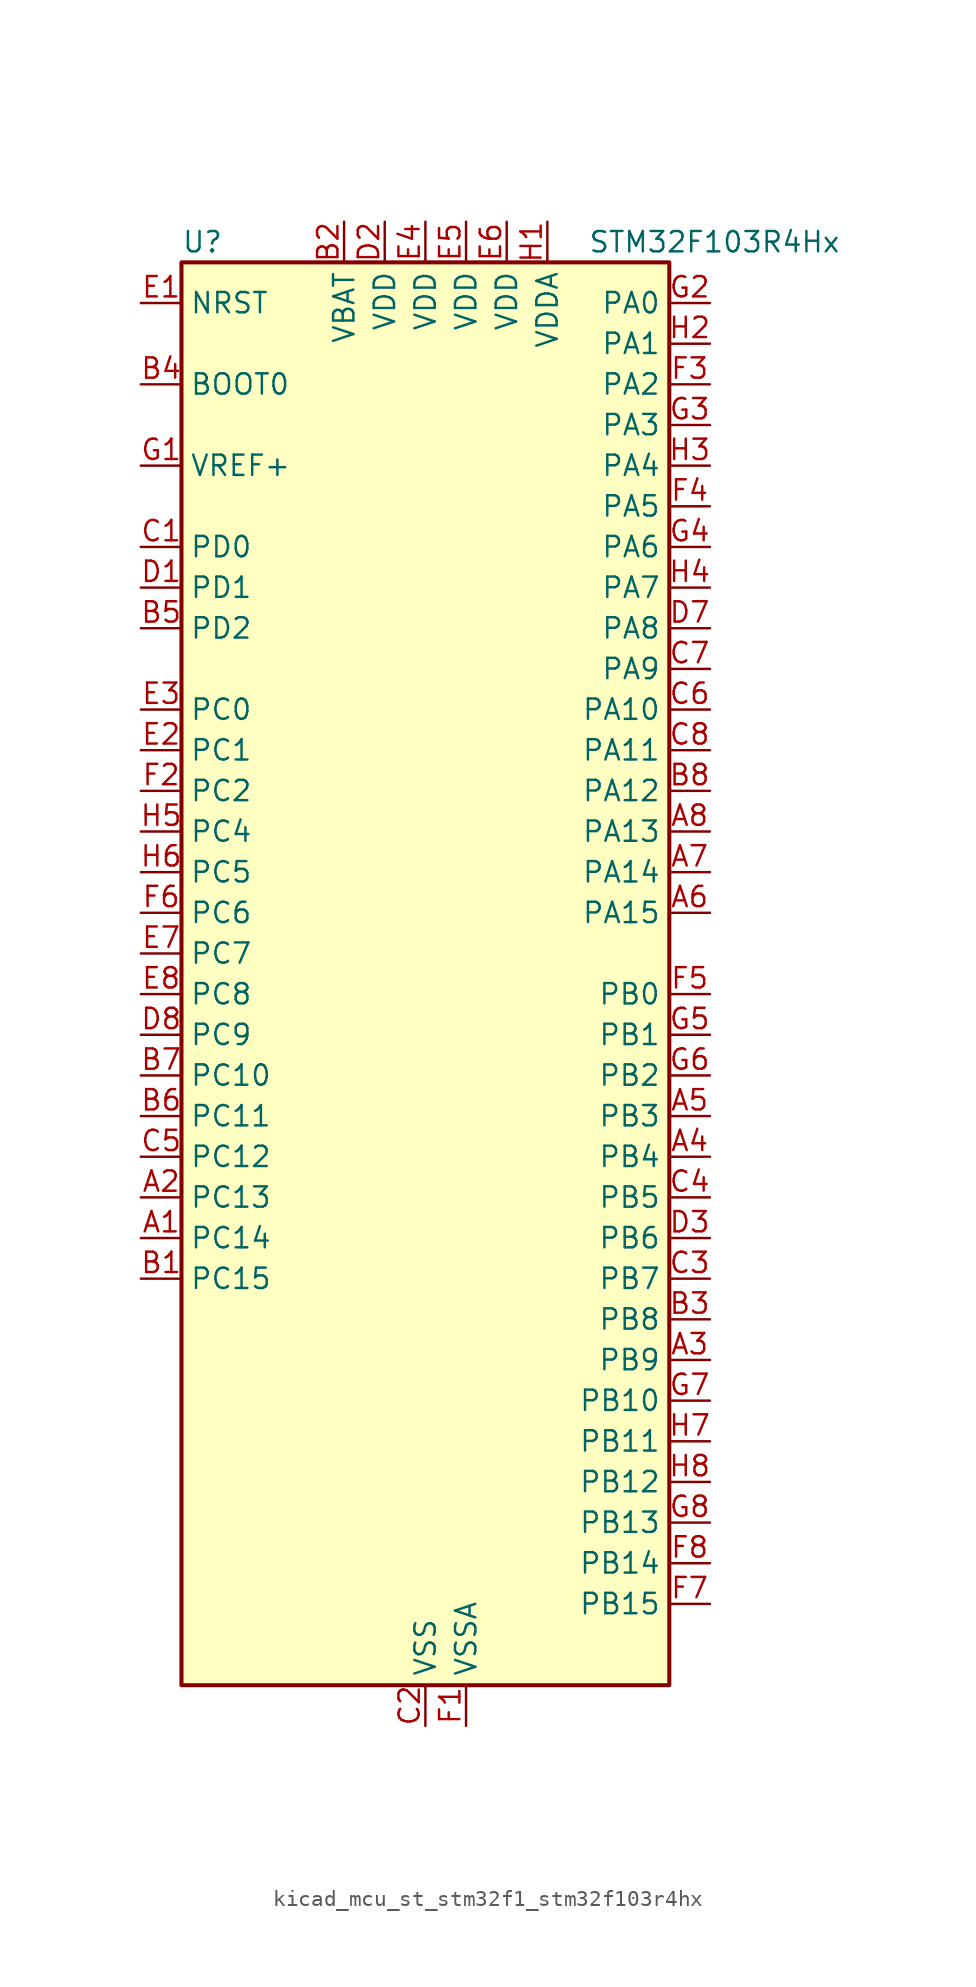
<source format=kicad_sym>
(kicad_symbol_lib
  (version 20220914)
  (generator kicad_symbol_editor)
  (symbol "kicad_mcu_st_stm32f1_stm32f103r4hx"
    (property "Reference" "U"
      (at -15.24 46.99 0)
      (effects (font (size 1.27 1.27)) (justify left)))
    (property "Value" "STM32F103R4Hx"
      (at 10.16 46.99 0)
      (effects (font (size 1.27 1.27)) (justify left)))
    (property "ki_locked" ""
      (at 0 0 0)
      (effects (font (size 1.27 1.27))))
    (symbol "kicad_mcu_st_stm32f1_stm32f103r4hx_0_1"
      (rectangle (start -15.24 -43.18) (end 15.24 45.72) (stroke (width 0.254) (type default)) (fill (type background))))
    (symbol "kicad_mcu_st_stm32f1_stm32f103r4hx_1_1"
      (pin bidirectional line (at -17.78 -15.24 0) (length 2.54) (name "PC14" (effects (font (size 1.27 1.27)))) (number "A1" (effects (font (size 1.27 1.27)))) (alternate "RCC_OSC32_IN" bidirectional line))
      (pin bidirectional line (at -17.78 -12.7 0) (length 2.54) (name "PC13" (effects (font (size 1.27 1.27)))) (number "A2" (effects (font (size 1.27 1.27)))) (alternate "RTC_OUT" bidirectional line) (alternate "RTC_TAMPER" bidirectional line))
      (pin bidirectional line (at 17.78 -22.86 180) (length 2.54) (name "PB9" (effects (font (size 1.27 1.27)))) (number "A3" (effects (font (size 1.27 1.27)))) (alternate "CAN_TX" bidirectional line) (alternate "I2C1_SDA" bidirectional line))
      (pin bidirectional line (at 17.78 -10.16 180) (length 2.54) (name "PB4" (effects (font (size 1.27 1.27)))) (number "A4" (effects (font (size 1.27 1.27)))) (alternate "SPI1_MISO" bidirectional line) (alternate "SYS_NJTRST" bidirectional line) (alternate "TIM3_CH1" bidirectional line))
      (pin bidirectional line (at 17.78 -7.62 180) (length 2.54) (name "PB3" (effects (font (size 1.27 1.27)))) (number "A5" (effects (font (size 1.27 1.27)))) (alternate "SPI1_SCK" bidirectional line) (alternate "SYS_JTDO-TRACESWO" bidirectional line) (alternate "TIM2_CH2" bidirectional line))
      (pin bidirectional line (at 17.78 5.08 180) (length 2.54) (name "PA15" (effects (font (size 1.27 1.27)))) (number "A6" (effects (font (size 1.27 1.27)))) (alternate "ADC1_EXTI15" bidirectional line) (alternate "ADC2_EXTI15" bidirectional line) (alternate "SPI1_NSS" bidirectional line) (alternate "SYS_JTDI" bidirectional line) (alternate "TIM2_CH1" bidirectional line) (alternate "TIM2_ETR" bidirectional line))
      (pin bidirectional line (at 17.78 7.62 180) (length 2.54) (name "PA14" (effects (font (size 1.27 1.27)))) (number "A7" (effects (font (size 1.27 1.27)))) (alternate "SYS_JTCK-SWCLK" bidirectional line))
      (pin bidirectional line (at 17.78 10.16 180) (length 2.54) (name "PA13" (effects (font (size 1.27 1.27)))) (number "A8" (effects (font (size 1.27 1.27)))) (alternate "SYS_JTMS-SWDIO" bidirectional line))
      (pin bidirectional line (at -17.78 -17.78 0) (length 2.54) (name "PC15" (effects (font (size 1.27 1.27)))) (number "B1" (effects (font (size 1.27 1.27)))) (alternate "ADC1_EXTI15" bidirectional line) (alternate "ADC2_EXTI15" bidirectional line) (alternate "RCC_OSC32_OUT" bidirectional line))
      (pin power_in line (at -5.08 48.26 270) (length 2.54) (name "VBAT" (effects (font (size 1.27 1.27)))) (number "B2" (effects (font (size 1.27 1.27)))))
      (pin bidirectional line (at 17.78 -20.32 180) (length 2.54) (name "PB8" (effects (font (size 1.27 1.27)))) (number "B3" (effects (font (size 1.27 1.27)))) (alternate "CAN_RX" bidirectional line) (alternate "I2C1_SCL" bidirectional line))
      (pin input line (at -17.78 38.1 0) (length 2.54) (name "BOOT0" (effects (font (size 1.27 1.27)))) (number "B4" (effects (font (size 1.27 1.27)))))
      (pin bidirectional line (at -17.78 22.86 0) (length 2.54) (name "PD2" (effects (font (size 1.27 1.27)))) (number "B5" (effects (font (size 1.27 1.27)))) (alternate "TIM3_ETR" bidirectional line))
      (pin bidirectional line (at -17.78 -7.62 0) (length 2.54) (name "PC11" (effects (font (size 1.27 1.27)))) (number "B6" (effects (font (size 1.27 1.27)))) (alternate "ADC1_EXTI11" bidirectional line) (alternate "ADC2_EXTI11" bidirectional line))
      (pin bidirectional line (at -17.78 -5.08 0) (length 2.54) (name "PC10" (effects (font (size 1.27 1.27)))) (number "B7" (effects (font (size 1.27 1.27)))))
      (pin bidirectional line (at 17.78 12.7 180) (length 2.54) (name "PA12" (effects (font (size 1.27 1.27)))) (number "B8" (effects (font (size 1.27 1.27)))) (alternate "CAN_TX" bidirectional line) (alternate "TIM1_ETR" bidirectional line) (alternate "USART1_RTS" bidirectional line) (alternate "USB_DP" bidirectional line))
      (pin bidirectional line (at -17.78 27.94 0) (length 2.54) (name "PD0" (effects (font (size 1.27 1.27)))) (number "C1" (effects (font (size 1.27 1.27)))) (alternate "RCC_OSC_IN" bidirectional line))
      (pin power_in line (at 0 -45.72 90) (length 2.54) (name "VSS" (effects (font (size 1.27 1.27)))) (number "C2" (effects (font (size 1.27 1.27)))))
      (pin bidirectional line (at 17.78 -17.78 180) (length 2.54) (name "PB7" (effects (font (size 1.27 1.27)))) (number "C3" (effects (font (size 1.27 1.27)))) (alternate "I2C1_SDA" bidirectional line) (alternate "USART1_RX" bidirectional line))
      (pin bidirectional line (at 17.78 -12.7 180) (length 2.54) (name "PB5" (effects (font (size 1.27 1.27)))) (number "C4" (effects (font (size 1.27 1.27)))) (alternate "I2C1_SMBA" bidirectional line) (alternate "SPI1_MOSI" bidirectional line) (alternate "TIM3_CH2" bidirectional line))
      (pin bidirectional line (at -17.78 -10.16 0) (length 2.54) (name "PC12" (effects (font (size 1.27 1.27)))) (number "C5" (effects (font (size 1.27 1.27)))))
      (pin bidirectional line (at 17.78 17.78 180) (length 2.54) (name "PA10" (effects (font (size 1.27 1.27)))) (number "C6" (effects (font (size 1.27 1.27)))) (alternate "TIM1_CH3" bidirectional line) (alternate "USART1_RX" bidirectional line))
      (pin bidirectional line (at 17.78 20.32 180) (length 2.54) (name "PA9" (effects (font (size 1.27 1.27)))) (number "C7" (effects (font (size 1.27 1.27)))) (alternate "TIM1_CH2" bidirectional line) (alternate "USART1_TX" bidirectional line))
      (pin bidirectional line (at 17.78 15.24 180) (length 2.54) (name "PA11" (effects (font (size 1.27 1.27)))) (number "C8" (effects (font (size 1.27 1.27)))) (alternate "ADC1_EXTI11" bidirectional line) (alternate "ADC2_EXTI11" bidirectional line) (alternate "CAN_RX" bidirectional line) (alternate "TIM1_CH4" bidirectional line) (alternate "USART1_CTS" bidirectional line) (alternate "USB_DM" bidirectional line))
      (pin bidirectional line (at -17.78 25.4 0) (length 2.54) (name "PD1" (effects (font (size 1.27 1.27)))) (number "D1" (effects (font (size 1.27 1.27)))) (alternate "RCC_OSC_OUT" bidirectional line))
      (pin power_in line (at -2.54 48.26 270) (length 2.54) (name "VDD" (effects (font (size 1.27 1.27)))) (number "D2" (effects (font (size 1.27 1.27)))))
      (pin bidirectional line (at 17.78 -15.24 180) (length 2.54) (name "PB6" (effects (font (size 1.27 1.27)))) (number "D3" (effects (font (size 1.27 1.27)))) (alternate "I2C1_SCL" bidirectional line) (alternate "USART1_TX" bidirectional line))
      (pin passive line (at 0 -45.72 90) (length 2.54) hide (name "VSS" (effects (font (size 1.27 1.27)))) (number "D4" (effects (font (size 1.27 1.27)))))
      (pin passive line (at 0 -45.72 90) (length 2.54) hide (name "VSS" (effects (font (size 1.27 1.27)))) (number "D5" (effects (font (size 1.27 1.27)))))
      (pin passive line (at 0 -45.72 90) (length 2.54) hide (name "VSS" (effects (font (size 1.27 1.27)))) (number "D6" (effects (font (size 1.27 1.27)))))
      (pin bidirectional line (at 17.78 22.86 180) (length 2.54) (name "PA8" (effects (font (size 1.27 1.27)))) (number "D7" (effects (font (size 1.27 1.27)))) (alternate "RCC_MCO" bidirectional line) (alternate "TIM1_CH1" bidirectional line) (alternate "USART1_CK" bidirectional line))
      (pin bidirectional line (at -17.78 -2.54 0) (length 2.54) (name "PC9" (effects (font (size 1.27 1.27)))) (number "D8" (effects (font (size 1.27 1.27)))) (alternate "TIM3_CH4" bidirectional line))
      (pin input line (at -17.78 43.18 0) (length 2.54) (name "NRST" (effects (font (size 1.27 1.27)))) (number "E1" (effects (font (size 1.27 1.27)))))
      (pin bidirectional line (at -17.78 15.24 0) (length 2.54) (name "PC1" (effects (font (size 1.27 1.27)))) (number "E2" (effects (font (size 1.27 1.27)))) (alternate "ADC1_IN11" bidirectional line) (alternate "ADC2_IN11" bidirectional line))
      (pin bidirectional line (at -17.78 17.78 0) (length 2.54) (name "PC0" (effects (font (size 1.27 1.27)))) (number "E3" (effects (font (size 1.27 1.27)))) (alternate "ADC1_IN10" bidirectional line) (alternate "ADC2_IN10" bidirectional line))
      (pin power_in line (at 0 48.26 270) (length 2.54) (name "VDD" (effects (font (size 1.27 1.27)))) (number "E4" (effects (font (size 1.27 1.27)))))
      (pin power_in line (at 2.54 48.26 270) (length 2.54) (name "VDD" (effects (font (size 1.27 1.27)))) (number "E5" (effects (font (size 1.27 1.27)))))
      (pin power_in line (at 5.08 48.26 270) (length 2.54) (name "VDD" (effects (font (size 1.27 1.27)))) (number "E6" (effects (font (size 1.27 1.27)))))
      (pin bidirectional line (at -17.78 2.54 0) (length 2.54) (name "PC7" (effects (font (size 1.27 1.27)))) (number "E7" (effects (font (size 1.27 1.27)))) (alternate "TIM3_CH2" bidirectional line))
      (pin bidirectional line (at -17.78 0 0) (length 2.54) (name "PC8" (effects (font (size 1.27 1.27)))) (number "E8" (effects (font (size 1.27 1.27)))) (alternate "TIM3_CH3" bidirectional line))
      (pin power_in line (at 2.54 -45.72 90) (length 2.54) (name "VSSA" (effects (font (size 1.27 1.27)))) (number "F1" (effects (font (size 1.27 1.27)))))
      (pin bidirectional line (at -17.78 12.7 0) (length 2.54) (name "PC2" (effects (font (size 1.27 1.27)))) (number "F2" (effects (font (size 1.27 1.27)))) (alternate "ADC1_IN12" bidirectional line) (alternate "ADC2_IN12" bidirectional line))
      (pin bidirectional line (at 17.78 38.1 180) (length 2.54) (name "PA2" (effects (font (size 1.27 1.27)))) (number "F3" (effects (font (size 1.27 1.27)))) (alternate "ADC1_IN2" bidirectional line) (alternate "ADC2_IN2" bidirectional line) (alternate "TIM2_CH3" bidirectional line) (alternate "USART2_TX" bidirectional line))
      (pin bidirectional line (at 17.78 30.48 180) (length 2.54) (name "PA5" (effects (font (size 1.27 1.27)))) (number "F4" (effects (font (size 1.27 1.27)))) (alternate "ADC1_IN5" bidirectional line) (alternate "ADC2_IN5" bidirectional line) (alternate "SPI1_SCK" bidirectional line))
      (pin bidirectional line (at 17.78 0 180) (length 2.54) (name "PB0" (effects (font (size 1.27 1.27)))) (number "F5" (effects (font (size 1.27 1.27)))) (alternate "ADC1_IN8" bidirectional line) (alternate "ADC2_IN8" bidirectional line) (alternate "TIM1_CH2N" bidirectional line) (alternate "TIM3_CH3" bidirectional line))
      (pin bidirectional line (at -17.78 5.08 0) (length 2.54) (name "PC6" (effects (font (size 1.27 1.27)))) (number "F6" (effects (font (size 1.27 1.27)))) (alternate "TIM3_CH1" bidirectional line))
      (pin bidirectional line (at 17.78 -38.1 180) (length 2.54) (name "PB15" (effects (font (size 1.27 1.27)))) (number "F7" (effects (font (size 1.27 1.27)))) (alternate "ADC1_EXTI15" bidirectional line) (alternate "ADC2_EXTI15" bidirectional line) (alternate "TIM1_CH3N" bidirectional line))
      (pin bidirectional line (at 17.78 -35.56 180) (length 2.54) (name "PB14" (effects (font (size 1.27 1.27)))) (number "F8" (effects (font (size 1.27 1.27)))) (alternate "TIM1_CH2N" bidirectional line))
      (pin input line (at -17.78 33.02 0) (length 2.54) (name "VREF+" (effects (font (size 1.27 1.27)))) (number "G1" (effects (font (size 1.27 1.27)))))
      (pin bidirectional line (at 17.78 43.18 180) (length 2.54) (name "PA0" (effects (font (size 1.27 1.27)))) (number "G2" (effects (font (size 1.27 1.27)))) (alternate "ADC1_IN0" bidirectional line) (alternate "ADC2_IN0" bidirectional line) (alternate "SYS_WKUP" bidirectional line) (alternate "TIM2_CH1" bidirectional line) (alternate "TIM2_ETR" bidirectional line) (alternate "USART2_CTS" bidirectional line))
      (pin bidirectional line (at 17.78 35.56 180) (length 2.54) (name "PA3" (effects (font (size 1.27 1.27)))) (number "G3" (effects (font (size 1.27 1.27)))) (alternate "ADC1_IN3" bidirectional line) (alternate "ADC2_IN3" bidirectional line) (alternate "TIM2_CH4" bidirectional line) (alternate "USART2_RX" bidirectional line))
      (pin bidirectional line (at 17.78 27.94 180) (length 2.54) (name "PA6" (effects (font (size 1.27 1.27)))) (number "G4" (effects (font (size 1.27 1.27)))) (alternate "ADC1_IN6" bidirectional line) (alternate "ADC2_IN6" bidirectional line) (alternate "SPI1_MISO" bidirectional line) (alternate "TIM1_BKIN" bidirectional line) (alternate "TIM3_CH1" bidirectional line))
      (pin bidirectional line (at 17.78 -2.54 180) (length 2.54) (name "PB1" (effects (font (size 1.27 1.27)))) (number "G5" (effects (font (size 1.27 1.27)))) (alternate "ADC1_IN9" bidirectional line) (alternate "ADC2_IN9" bidirectional line) (alternate "TIM1_CH3N" bidirectional line) (alternate "TIM3_CH4" bidirectional line))
      (pin bidirectional line (at 17.78 -5.08 180) (length 2.54) (name "PB2" (effects (font (size 1.27 1.27)))) (number "G6" (effects (font (size 1.27 1.27)))))
      (pin bidirectional line (at 17.78 -25.4 180) (length 2.54) (name "PB10" (effects (font (size 1.27 1.27)))) (number "G7" (effects (font (size 1.27 1.27)))) (alternate "TIM2_CH3" bidirectional line))
      (pin bidirectional line (at 17.78 -33.02 180) (length 2.54) (name "PB13" (effects (font (size 1.27 1.27)))) (number "G8" (effects (font (size 1.27 1.27)))) (alternate "TIM1_CH1N" bidirectional line))
      (pin power_in line (at 7.62 48.26 270) (length 2.54) (name "VDDA" (effects (font (size 1.27 1.27)))) (number "H1" (effects (font (size 1.27 1.27)))))
      (pin bidirectional line (at 17.78 40.64 180) (length 2.54) (name "PA1" (effects (font (size 1.27 1.27)))) (number "H2" (effects (font (size 1.27 1.27)))) (alternate "ADC1_IN1" bidirectional line) (alternate "ADC2_IN1" bidirectional line) (alternate "TIM2_CH2" bidirectional line) (alternate "USART2_RTS" bidirectional line))
      (pin bidirectional line (at 17.78 33.02 180) (length 2.54) (name "PA4" (effects (font (size 1.27 1.27)))) (number "H3" (effects (font (size 1.27 1.27)))) (alternate "ADC1_IN4" bidirectional line) (alternate "ADC2_IN4" bidirectional line) (alternate "SPI1_NSS" bidirectional line) (alternate "USART2_CK" bidirectional line))
      (pin bidirectional line (at 17.78 25.4 180) (length 2.54) (name "PA7" (effects (font (size 1.27 1.27)))) (number "H4" (effects (font (size 1.27 1.27)))) (alternate "ADC1_IN7" bidirectional line) (alternate "ADC2_IN7" bidirectional line) (alternate "SPI1_MOSI" bidirectional line) (alternate "TIM1_CH1N" bidirectional line) (alternate "TIM3_CH2" bidirectional line))
      (pin bidirectional line (at -17.78 10.16 0) (length 2.54) (name "PC4" (effects (font (size 1.27 1.27)))) (number "H5" (effects (font (size 1.27 1.27)))) (alternate "ADC1_IN14" bidirectional line) (alternate "ADC2_IN14" bidirectional line))
      (pin bidirectional line (at -17.78 7.62 0) (length 2.54) (name "PC5" (effects (font (size 1.27 1.27)))) (number "H6" (effects (font (size 1.27 1.27)))) (alternate "ADC1_IN15" bidirectional line) (alternate "ADC2_IN15" bidirectional line))
      (pin bidirectional line (at 17.78 -27.94 180) (length 2.54) (name "PB11" (effects (font (size 1.27 1.27)))) (number "H7" (effects (font (size 1.27 1.27)))) (alternate "ADC1_EXTI11" bidirectional line) (alternate "ADC2_EXTI11" bidirectional line) (alternate "TIM2_CH4" bidirectional line))
      (pin bidirectional line (at 17.78 -30.48 180) (length 2.54) (name "PB12" (effects (font (size 1.27 1.27)))) (number "H8" (effects (font (size 1.27 1.27)))) (alternate "TIM1_BKIN" bidirectional line)))))
</source>
